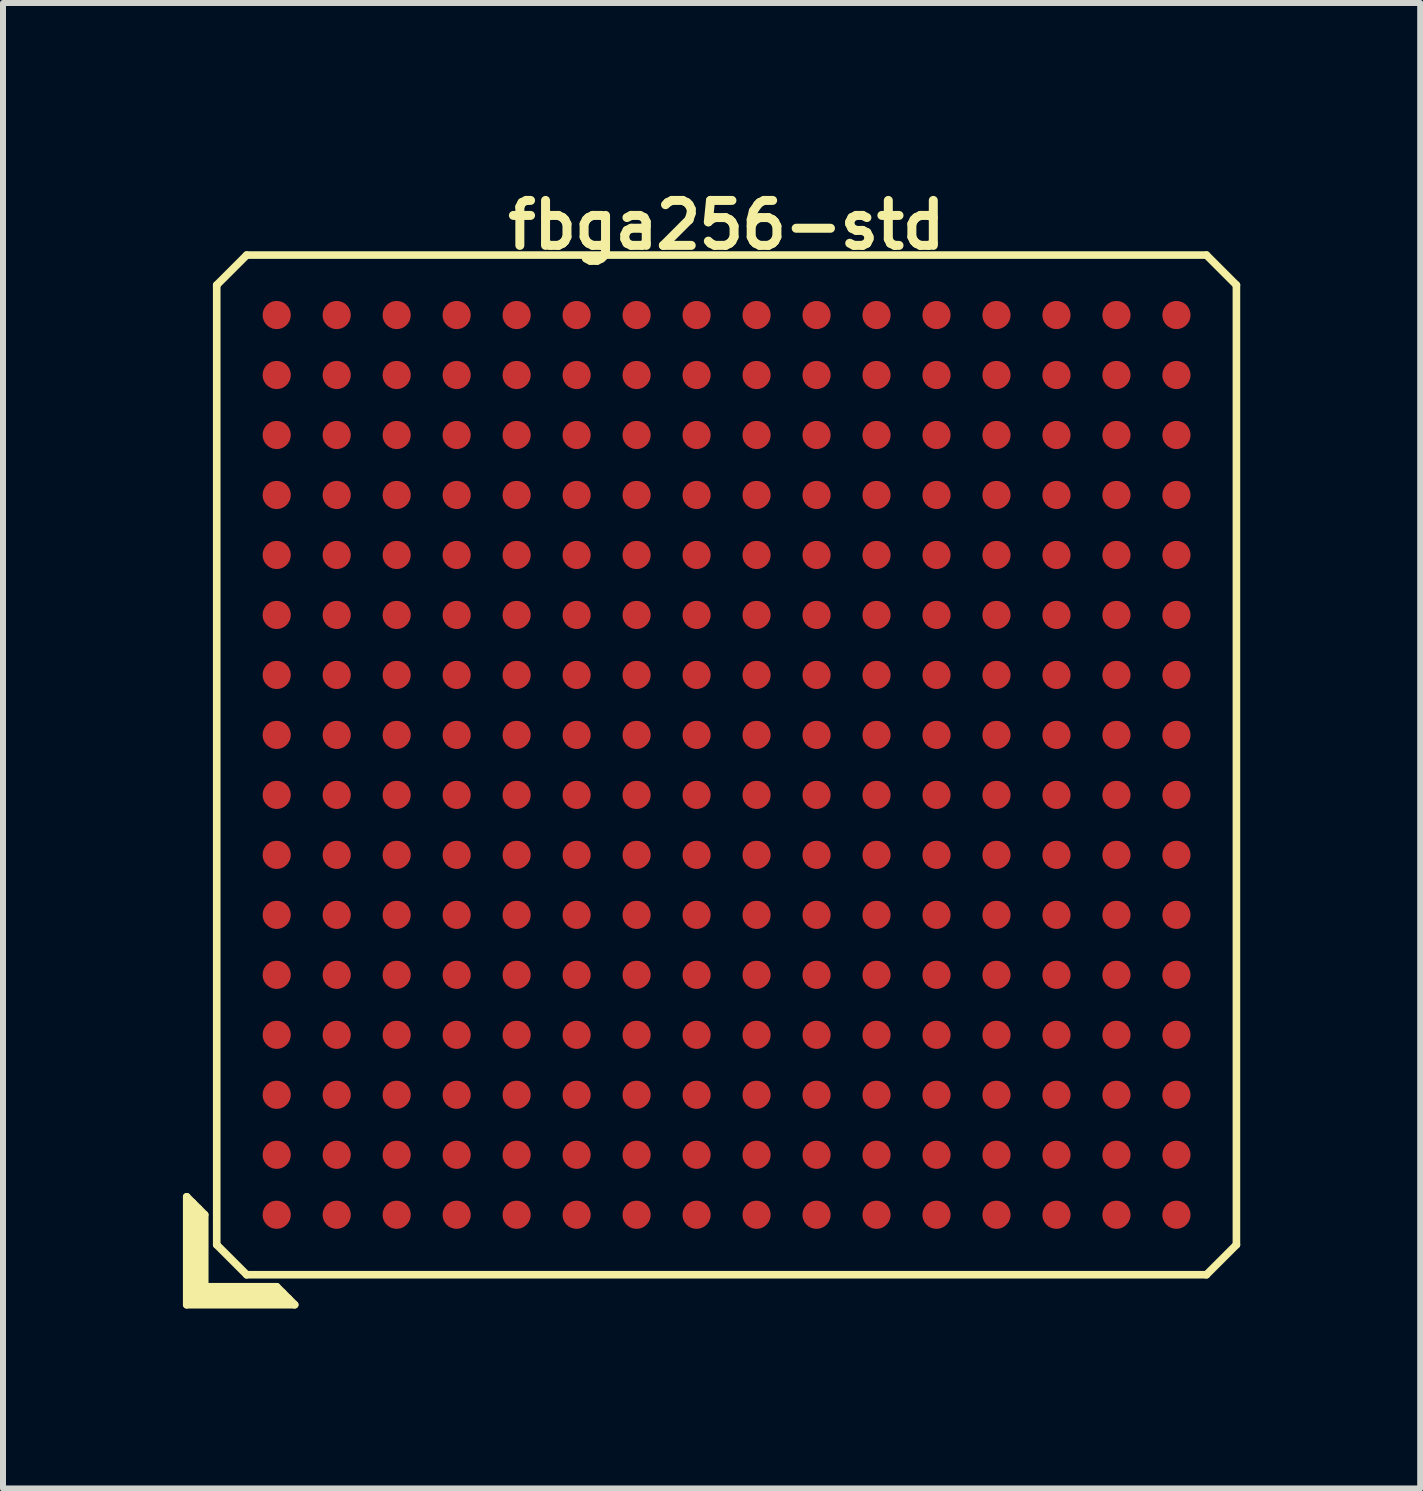
<source format=kicad_pcb>
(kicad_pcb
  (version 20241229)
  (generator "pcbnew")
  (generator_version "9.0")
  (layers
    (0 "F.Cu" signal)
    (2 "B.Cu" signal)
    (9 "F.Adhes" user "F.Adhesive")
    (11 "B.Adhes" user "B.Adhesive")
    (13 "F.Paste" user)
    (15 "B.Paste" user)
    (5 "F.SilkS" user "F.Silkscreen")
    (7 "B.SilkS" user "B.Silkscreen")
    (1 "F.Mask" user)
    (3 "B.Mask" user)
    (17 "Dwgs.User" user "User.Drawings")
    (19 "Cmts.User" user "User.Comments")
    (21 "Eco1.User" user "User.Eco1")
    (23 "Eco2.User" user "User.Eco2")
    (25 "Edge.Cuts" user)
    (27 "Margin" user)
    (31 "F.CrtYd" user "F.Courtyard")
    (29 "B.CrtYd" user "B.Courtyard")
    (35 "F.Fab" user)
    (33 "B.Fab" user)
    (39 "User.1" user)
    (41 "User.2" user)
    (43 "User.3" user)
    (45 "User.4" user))
  (footprint "fbga256-std"
    (layer "F.Cu")
    (at 9.063 9.702)
    (property "Reference" "fbga256-std" (at 0 -9 0) (layer "F.SilkS") (effects (font (size 0.75 0.75) (thickness 0.15))))
    (attr smd)
    (fp_line (start -9 7.2) (end -8.7 7.5) (stroke (width 0.127) (type solid)) (layer "F.SilkS"))
    (fp_line (start -9 9) (end -9 7.2) (stroke (width 0.127) (type solid)) (layer "F.SilkS"))
    (fp_line (start -8.9 8.9) (end -8.9 7.3) (stroke (width 0.127) (type solid)) (layer "F.SilkS"))
    (fp_line (start -8.8 7.4) (end -8.8 8.8) (stroke (width 0.127) (type solid)) (layer "F.SilkS"))
    (fp_line (start -8.8 8.8) (end -7.4 8.8) (stroke (width 0.127) (type solid)) (layer "F.SilkS"))
    (fp_line (start -8.7 7.5) (end -8.7 8.7) (stroke (width 0.127) (type solid)) (layer "F.SilkS"))
    (fp_line (start -8.7 8.7) (end -7.5 8.7) (stroke (width 0.127) (type solid)) (layer "F.SilkS"))
    (fp_line (start -8.5 -8) (end -8.5 8) (stroke (width 0.127) (type solid)) (layer "F.SilkS"))
    (fp_line (start -8.5 -8) (end -8 -8.5) (stroke (width 0.127) (type solid)) (layer "F.SilkS"))
    (fp_line (start -8 8.5) (end -8.5 8) (stroke (width 0.127) (type solid)) (layer "F.SilkS"))
    (fp_line (start -8 8.5) (end 8 8.5) (stroke (width 0.127) (type solid)) (layer "F.SilkS"))
    (fp_line (start -7.5 8.7) (end -7.2 9) (stroke (width 0.127) (type solid)) (layer "F.SilkS"))
    (fp_line (start -7.3 8.9) (end -8.9 8.9) (stroke (width 0.127) (type solid)) (layer "F.SilkS"))
    (fp_line (start -7.2 9) (end -9 9) (stroke (width 0.127) (type solid)) (layer "F.SilkS"))
    (fp_line (start 8 -8.5) (end -8 -8.5) (stroke (width 0.127) (type solid)) (layer "F.SilkS"))
    (fp_line (start 8 -8.5) (end 8.5 -8) (stroke (width 0.127) (type solid)) (layer "F.SilkS"))
    (fp_line (start 8.5 8) (end 8 8.5) (stroke (width 0.127) (type solid)) (layer "F.SilkS"))
    (fp_line (start 8.5 8) (end 8.5 -8) (stroke (width 0.127) (type solid)) (layer "F.SilkS"))
    (pad "A1" smd circle (at -7.5 7.5 90) (size 0.47 0.47) (layers "F.Cu" "F.Mask" "F.Paste"))
    (pad "A2" smd circle (at -7.5 6.5 90) (size 0.47 0.47) (layers "F.Cu" "F.Mask" "F.Paste"))
    (pad "A3" smd circle (at -7.5 5.5 90) (size 0.47 0.47) (layers "F.Cu" "F.Mask" "F.Paste"))
    (pad "A4" smd circle (at -7.5 4.5 90) (size 0.47 0.47) (layers "F.Cu" "F.Mask" "F.Paste"))
    (pad "A5" smd circle (at -7.5 3.5 90) (size 0.47 0.47) (layers "F.Cu" "F.Mask" "F.Paste"))
    (pad "A6" smd circle (at -7.5 2.5 90) (size 0.47 0.47) (layers "F.Cu" "F.Mask" "F.Paste"))
    (pad "A7" smd circle (at -7.5 1.5 90) (size 0.47 0.47) (layers "F.Cu" "F.Mask" "F.Paste"))
    (pad "A8" smd circle (at -7.5 0.5 90) (size 0.47 0.47) (layers "F.Cu" "F.Mask" "F.Paste"))
    (pad "A9" smd circle (at -7.5 -0.5 90) (size 0.47 0.47) (layers "F.Cu" "F.Mask" "F.Paste"))
    (pad "A10" smd circle (at -7.5 -1.5 90) (size 0.47 0.47) (layers "F.Cu" "F.Mask" "F.Paste"))
    (pad "A11" smd circle (at -7.5 -2.5 90) (size 0.47 0.47) (layers "F.Cu" "F.Mask" "F.Paste"))
    (pad "A12" smd circle (at -7.5 -3.5 90) (size 0.47 0.47) (layers "F.Cu" "F.Mask" "F.Paste"))
    (pad "A13" smd circle (at -7.5 -4.5 90) (size 0.47 0.47) (layers "F.Cu" "F.Mask" "F.Paste"))
    (pad "A14" smd circle (at -7.5 -5.5 90) (size 0.47 0.47) (layers "F.Cu" "F.Mask" "F.Paste"))
    (pad "A15" smd circle (at -7.5 -6.5 90) (size 0.47 0.47) (layers "F.Cu" "F.Mask" "F.Paste"))
    (pad "A16" smd circle (at -7.5 -7.5 90) (size 0.47 0.47) (layers "F.Cu" "F.Mask" "F.Paste"))
    (pad "B1" smd circle (at -6.5 7.5 90) (size 0.47 0.47) (layers "F.Cu" "F.Mask" "F.Paste"))
    (pad "B2" smd circle (at -6.5 6.5 90) (size 0.47 0.47) (layers "F.Cu" "F.Mask" "F.Paste"))
    (pad "B3" smd circle (at -6.5 5.5 90) (size 0.47 0.47) (layers "F.Cu" "F.Mask" "F.Paste"))
    (pad "B4" smd circle (at -6.5 4.5 90) (size 0.47 0.47) (layers "F.Cu" "F.Mask" "F.Paste"))
    (pad "B5" smd circle (at -6.5 3.5 90) (size 0.47 0.47) (layers "F.Cu" "F.Mask" "F.Paste"))
    (pad "B6" smd circle (at -6.5 2.5 90) (size 0.47 0.47) (layers "F.Cu" "F.Mask" "F.Paste"))
    (pad "B7" smd circle (at -6.5 1.5 90) (size 0.47 0.47) (layers "F.Cu" "F.Mask" "F.Paste"))
    (pad "B8" smd circle (at -6.5 0.5 90) (size 0.47 0.47) (layers "F.Cu" "F.Mask" "F.Paste"))
    (pad "B9" smd circle (at -6.5 -0.5 90) (size 0.47 0.47) (layers "F.Cu" "F.Mask" "F.Paste"))
    (pad "B10" smd circle (at -6.5 -1.5 90) (size 0.47 0.47) (layers "F.Cu" "F.Mask" "F.Paste"))
    (pad "B11" smd circle (at -6.5 -2.5 90) (size 0.47 0.47) (layers "F.Cu" "F.Mask" "F.Paste"))
    (pad "B12" smd circle (at -6.5 -3.5 90) (size 0.47 0.47) (layers "F.Cu" "F.Mask" "F.Paste"))
    (pad "B13" smd circle (at -6.5 -4.5 90) (size 0.47 0.47) (layers "F.Cu" "F.Mask" "F.Paste"))
    (pad "B14" smd circle (at -6.5 -5.5 90) (size 0.47 0.47) (layers "F.Cu" "F.Mask" "F.Paste"))
    (pad "B15" smd circle (at -6.5 -6.5 90) (size 0.47 0.47) (layers "F.Cu" "F.Mask" "F.Paste"))
    (pad "B16" smd circle (at -6.5 -7.5 90) (size 0.47 0.47) (layers "F.Cu" "F.Mask" "F.Paste"))
    (pad "C1" smd circle (at -5.5 7.5 90) (size 0.47 0.47) (layers "F.Cu" "F.Mask" "F.Paste"))
    (pad "C2" smd circle (at -5.5 6.5 90) (size 0.47 0.47) (layers "F.Cu" "F.Mask" "F.Paste"))
    (pad "C3" smd circle (at -5.5 5.5 90) (size 0.47 0.47) (layers "F.Cu" "F.Mask" "F.Paste"))
    (pad "C4" smd circle (at -5.5 4.5 90) (size 0.47 0.47) (layers "F.Cu" "F.Mask" "F.Paste"))
    (pad "C5" smd circle (at -5.5 3.5 90) (size 0.47 0.47) (layers "F.Cu" "F.Mask" "F.Paste"))
    (pad "C6" smd circle (at -5.5 2.5 90) (size 0.47 0.47) (layers "F.Cu" "F.Mask" "F.Paste"))
    (pad "C7" smd circle (at -5.5 1.5 90) (size 0.47 0.47) (layers "F.Cu" "F.Mask" "F.Paste"))
    (pad "C8" smd circle (at -5.5 0.5 90) (size 0.47 0.47) (layers "F.Cu" "F.Mask" "F.Paste"))
    (pad "C9" smd circle (at -5.5 -0.5 90) (size 0.47 0.47) (layers "F.Cu" "F.Mask" "F.Paste"))
    (pad "C10" smd circle (at -5.5 -1.5 90) (size 0.47 0.47) (layers "F.Cu" "F.Mask" "F.Paste"))
    (pad "C11" smd circle (at -5.5 -2.5 90) (size 0.47 0.47) (layers "F.Cu" "F.Mask" "F.Paste"))
    (pad "C12" smd circle (at -5.5 -3.5 90) (size 0.47 0.47) (layers "F.Cu" "F.Mask" "F.Paste"))
    (pad "C13" smd circle (at -5.5 -4.5 90) (size 0.47 0.47) (layers "F.Cu" "F.Mask" "F.Paste"))
    (pad "C14" smd circle (at -5.5 -5.5 90) (size 0.47 0.47) (layers "F.Cu" "F.Mask" "F.Paste"))
    (pad "C15" smd circle (at -5.5 -6.5 90) (size 0.47 0.47) (layers "F.Cu" "F.Mask" "F.Paste"))
    (pad "C16" smd circle (at -5.5 -7.5 90) (size 0.47 0.47) (layers "F.Cu" "F.Mask" "F.Paste"))
    (pad "D1" smd circle (at -4.5 7.5 90) (size 0.47 0.47) (layers "F.Cu" "F.Mask" "F.Paste"))
    (pad "D2" smd circle (at -4.5 6.5 90) (size 0.47 0.47) (layers "F.Cu" "F.Mask" "F.Paste"))
    (pad "D3" smd circle (at -4.5 5.5 90) (size 0.47 0.47) (layers "F.Cu" "F.Mask" "F.Paste"))
    (pad "D4" smd circle (at -4.5 4.5 90) (size 0.47 0.47) (layers "F.Cu" "F.Mask" "F.Paste"))
    (pad "D5" smd circle (at -4.5 3.5 90) (size 0.47 0.47) (layers "F.Cu" "F.Mask" "F.Paste"))
    (pad "D6" smd circle (at -4.5 2.5 90) (size 0.47 0.47) (layers "F.Cu" "F.Mask" "F.Paste"))
    (pad "D7" smd circle (at -4.5 1.5 90) (size 0.47 0.47) (layers "F.Cu" "F.Mask" "F.Paste"))
    (pad "D8" smd circle (at -4.5 0.5 90) (size 0.47 0.47) (layers "F.Cu" "F.Mask" "F.Paste"))
    (pad "D9" smd circle (at -4.5 -0.5 90) (size 0.47 0.47) (layers "F.Cu" "F.Mask" "F.Paste"))
    (pad "D10" smd circle (at -4.5 -1.5 90) (size 0.47 0.47) (layers "F.Cu" "F.Mask" "F.Paste"))
    (pad "D11" smd circle (at -4.5 -2.5 90) (size 0.47 0.47) (layers "F.Cu" "F.Mask" "F.Paste"))
    (pad "D12" smd circle (at -4.5 -3.5 90) (size 0.47 0.47) (layers "F.Cu" "F.Mask" "F.Paste"))
    (pad "D13" smd circle (at -4.5 -4.5 90) (size 0.47 0.47) (layers "F.Cu" "F.Mask" "F.Paste"))
    (pad "D14" smd circle (at -4.5 -5.5 90) (size 0.47 0.47) (layers "F.Cu" "F.Mask" "F.Paste"))
    (pad "D15" smd circle (at -4.5 -6.5 90) (size 0.47 0.47) (layers "F.Cu" "F.Mask" "F.Paste"))
    (pad "D16" smd circle (at -4.5 -7.5 90) (size 0.47 0.47) (layers "F.Cu" "F.Mask" "F.Paste"))
    (pad "E1" smd circle (at -3.5 7.5 90) (size 0.47 0.47) (layers "F.Cu" "F.Mask" "F.Paste"))
    (pad "E2" smd circle (at -3.5 6.5 90) (size 0.47 0.47) (layers "F.Cu" "F.Mask" "F.Paste"))
    (pad "E3" smd circle (at -3.5 5.5 90) (size 0.47 0.47) (layers "F.Cu" "F.Mask" "F.Paste"))
    (pad "E4" smd circle (at -3.5 4.5 90) (size 0.47 0.47) (layers "F.Cu" "F.Mask" "F.Paste"))
    (pad "E5" smd circle (at -3.5 3.5 90) (size 0.47 0.47) (layers "F.Cu" "F.Mask" "F.Paste"))
    (pad "E6" smd circle (at -3.5 2.5 90) (size 0.47 0.47) (layers "F.Cu" "F.Mask" "F.Paste"))
    (pad "E7" smd circle (at -3.5 1.5 90) (size 0.47 0.47) (layers "F.Cu" "F.Mask" "F.Paste"))
    (pad "E8" smd circle (at -3.5 0.5 90) (size 0.47 0.47) (layers "F.Cu" "F.Mask" "F.Paste"))
    (pad "E9" smd circle (at -3.5 -0.5 90) (size 0.47 0.47) (layers "F.Cu" "F.Mask" "F.Paste"))
    (pad "E10" smd circle (at -3.5 -1.5 90) (size 0.47 0.47) (layers "F.Cu" "F.Mask" "F.Paste"))
    (pad "E11" smd circle (at -3.5 -2.5 90) (size 0.47 0.47) (layers "F.Cu" "F.Mask" "F.Paste"))
    (pad "E12" smd circle (at -3.5 -3.5 90) (size 0.47 0.47) (layers "F.Cu" "F.Mask" "F.Paste"))
    (pad "E13" smd circle (at -3.5 -4.5 90) (size 0.47 0.47) (layers "F.Cu" "F.Mask" "F.Paste"))
    (pad "E14" smd circle (at -3.5 -5.5 90) (size 0.47 0.47) (layers "F.Cu" "F.Mask" "F.Paste"))
    (pad "E15" smd circle (at -3.5 -6.5 90) (size 0.47 0.47) (layers "F.Cu" "F.Mask" "F.Paste"))
    (pad "E16" smd circle (at -3.5 -7.5 90) (size 0.47 0.47) (layers "F.Cu" "F.Mask" "F.Paste"))
    (pad "F1" smd circle (at -2.5 7.5 90) (size 0.47 0.47) (layers "F.Cu" "F.Mask" "F.Paste"))
    (pad "F2" smd circle (at -2.5 6.5 90) (size 0.47 0.47) (layers "F.Cu" "F.Mask" "F.Paste"))
    (pad "F3" smd circle (at -2.5 5.5 90) (size 0.47 0.47) (layers "F.Cu" "F.Mask" "F.Paste"))
    (pad "F4" smd circle (at -2.5 4.5 90) (size 0.47 0.47) (layers "F.Cu" "F.Mask" "F.Paste"))
    (pad "F5" smd circle (at -2.5 3.5 90) (size 0.47 0.47) (layers "F.Cu" "F.Mask" "F.Paste"))
    (pad "F6" smd circle (at -2.5 2.5 90) (size 0.47 0.47) (layers "F.Cu" "F.Mask" "F.Paste"))
    (pad "F7" smd circle (at -2.5 1.5 90) (size 0.47 0.47) (layers "F.Cu" "F.Mask" "F.Paste"))
    (pad "F8" smd circle (at -2.5 0.5 90) (size 0.47 0.47) (layers "F.Cu" "F.Mask" "F.Paste"))
    (pad "F9" smd circle (at -2.5 -0.5 90) (size 0.47 0.47) (layers "F.Cu" "F.Mask" "F.Paste"))
    (pad "F10" smd circle (at -2.5 -1.5 90) (size 0.47 0.47) (layers "F.Cu" "F.Mask" "F.Paste"))
    (pad "F11" smd circle (at -2.5 -2.5 90) (size 0.47 0.47) (layers "F.Cu" "F.Mask" "F.Paste"))
    (pad "F12" smd circle (at -2.5 -3.5 90) (size 0.47 0.47) (layers "F.Cu" "F.Mask" "F.Paste"))
    (pad "F13" smd circle (at -2.5 -4.5 90) (size 0.47 0.47) (layers "F.Cu" "F.Mask" "F.Paste"))
    (pad "F14" smd circle (at -2.5 -5.5 90) (size 0.47 0.47) (layers "F.Cu" "F.Mask" "F.Paste"))
    (pad "F15" smd circle (at -2.5 -6.5 90) (size 0.47 0.47) (layers "F.Cu" "F.Mask" "F.Paste"))
    (pad "F16" smd circle (at -2.5 -7.5 90) (size 0.47 0.47) (layers "F.Cu" "F.Mask" "F.Paste"))
    (pad "G1" smd circle (at -1.5 7.5 90) (size 0.47 0.47) (layers "F.Cu" "F.Mask" "F.Paste"))
    (pad "G2" smd circle (at -1.5 6.5 90) (size 0.47 0.47) (layers "F.Cu" "F.Mask" "F.Paste"))
    (pad "G3" smd circle (at -1.5 5.5 90) (size 0.47 0.47) (layers "F.Cu" "F.Mask" "F.Paste"))
    (pad "G4" smd circle (at -1.5 4.5 90) (size 0.47 0.47) (layers "F.Cu" "F.Mask" "F.Paste"))
    (pad "G5" smd circle (at -1.5 3.5 90) (size 0.47 0.47) (layers "F.Cu" "F.Mask" "F.Paste"))
    (pad "G6" smd circle (at -1.5 2.5 90) (size 0.47 0.47) (layers "F.Cu" "F.Mask" "F.Paste"))
    (pad "G7" smd circle (at -1.5 1.5 90) (size 0.47 0.47) (layers "F.Cu" "F.Mask" "F.Paste"))
    (pad "G8" smd circle (at -1.5 0.5 90) (size 0.47 0.47) (layers "F.Cu" "F.Mask" "F.Paste"))
    (pad "G9" smd circle (at -1.5 -0.5 90) (size 0.47 0.47) (layers "F.Cu" "F.Mask" "F.Paste"))
    (pad "G10" smd circle (at -1.5 -1.5 90) (size 0.47 0.47) (layers "F.Cu" "F.Mask" "F.Paste"))
    (pad "G11" smd circle (at -1.5 -2.5 90) (size 0.47 0.47) (layers "F.Cu" "F.Mask" "F.Paste"))
    (pad "G12" smd circle (at -1.5 -3.5 90) (size 0.47 0.47) (layers "F.Cu" "F.Mask" "F.Paste"))
    (pad "G13" smd circle (at -1.5 -4.5 90) (size 0.47 0.47) (layers "F.Cu" "F.Mask" "F.Paste"))
    (pad "G14" smd circle (at -1.5 -5.5 90) (size 0.47 0.47) (layers "F.Cu" "F.Mask" "F.Paste"))
    (pad "G15" smd circle (at -1.5 -6.5 90) (size 0.47 0.47) (layers "F.Cu" "F.Mask" "F.Paste"))
    (pad "G16" smd circle (at -1.5 -7.5 90) (size 0.47 0.47) (layers "F.Cu" "F.Mask" "F.Paste"))
    (pad "H1" smd circle (at -0.5 7.5 90) (size 0.47 0.47) (layers "F.Cu" "F.Mask" "F.Paste"))
    (pad "H2" smd circle (at -0.5 6.5 90) (size 0.47 0.47) (layers "F.Cu" "F.Mask" "F.Paste"))
    (pad "H3" smd circle (at -0.5 5.5 90) (size 0.47 0.47) (layers "F.Cu" "F.Mask" "F.Paste"))
    (pad "H4" smd circle (at -0.5 4.5 90) (size 0.47 0.47) (layers "F.Cu" "F.Mask" "F.Paste"))
    (pad "H5" smd circle (at -0.5 3.5 90) (size 0.47 0.47) (layers "F.Cu" "F.Mask" "F.Paste"))
    (pad "H6" smd circle (at -0.5 2.5 90) (size 0.47 0.47) (layers "F.Cu" "F.Mask" "F.Paste"))
    (pad "H7" smd circle (at -0.5 1.5 90) (size 0.47 0.47) (layers "F.Cu" "F.Mask" "F.Paste"))
    (pad "H8" smd circle (at -0.5 0.5 90) (size 0.47 0.47) (layers "F.Cu" "F.Mask" "F.Paste"))
    (pad "H9" smd circle (at -0.5 -0.5 90) (size 0.47 0.47) (layers "F.Cu" "F.Mask" "F.Paste"))
    (pad "H10" smd circle (at -0.5 -1.5 90) (size 0.47 0.47) (layers "F.Cu" "F.Mask" "F.Paste"))
    (pad "H11" smd circle (at -0.5 -2.5 90) (size 0.47 0.47) (layers "F.Cu" "F.Mask" "F.Paste"))
    (pad "H12" smd circle (at -0.5 -3.5 90) (size 0.47 0.47) (layers "F.Cu" "F.Mask" "F.Paste"))
    (pad "H13" smd circle (at -0.5 -4.5 90) (size 0.47 0.47) (layers "F.Cu" "F.Mask" "F.Paste"))
    (pad "H14" smd circle (at -0.5 -5.5 90) (size 0.47 0.47) (layers "F.Cu" "F.Mask" "F.Paste"))
    (pad "H15" smd circle (at -0.5 -6.5 90) (size 0.47 0.47) (layers "F.Cu" "F.Mask" "F.Paste"))
    (pad "H16" smd circle (at -0.5 -7.5 90) (size 0.47 0.47) (layers "F.Cu" "F.Mask" "F.Paste"))
    (pad "J1" smd circle (at 0.5 7.5 90) (size 0.47 0.47) (layers "F.Cu" "F.Mask" "F.Paste"))
    (pad "J2" smd circle (at 0.5 6.5 90) (size 0.47 0.47) (layers "F.Cu" "F.Mask" "F.Paste"))
    (pad "J3" smd circle (at 0.5 5.5 90) (size 0.47 0.47) (layers "F.Cu" "F.Mask" "F.Paste"))
    (pad "J4" smd circle (at 0.5 4.5 90) (size 0.47 0.47) (layers "F.Cu" "F.Mask" "F.Paste"))
    (pad "J5" smd circle (at 0.5 3.5 90) (size 0.47 0.47) (layers "F.Cu" "F.Mask" "F.Paste"))
    (pad "J6" smd circle (at 0.5 2.5 90) (size 0.47 0.47) (layers "F.Cu" "F.Mask" "F.Paste"))
    (pad "J7" smd circle (at 0.5 1.5 90) (size 0.47 0.47) (layers "F.Cu" "F.Mask" "F.Paste"))
    (pad "J8" smd circle (at 0.5 0.5 90) (size 0.47 0.47) (layers "F.Cu" "F.Mask" "F.Paste"))
    (pad "J9" smd circle (at 0.5 -0.5 90) (size 0.47 0.47) (layers "F.Cu" "F.Mask" "F.Paste"))
    (pad "J10" smd circle (at 0.5 -1.5 90) (size 0.47 0.47) (layers "F.Cu" "F.Mask" "F.Paste"))
    (pad "J11" smd circle (at 0.5 -2.5 90) (size 0.47 0.47) (layers "F.Cu" "F.Mask" "F.Paste"))
    (pad "J12" smd circle (at 0.5 -3.5 90) (size 0.47 0.47) (layers "F.Cu" "F.Mask" "F.Paste"))
    (pad "J13" smd circle (at 0.5 -4.5 90) (size 0.47 0.47) (layers "F.Cu" "F.Mask" "F.Paste"))
    (pad "J14" smd circle (at 0.5 -5.5 90) (size 0.47 0.47) (layers "F.Cu" "F.Mask" "F.Paste"))
    (pad "J15" smd circle (at 0.5 -6.5 90) (size 0.47 0.47) (layers "F.Cu" "F.Mask" "F.Paste"))
    (pad "J16" smd circle (at 0.5 -7.5 90) (size 0.47 0.47) (layers "F.Cu" "F.Mask" "F.Paste"))
    (pad "K1" smd circle (at 1.5 7.5 90) (size 0.47 0.47) (layers "F.Cu" "F.Mask" "F.Paste"))
    (pad "K2" smd circle (at 1.5 6.5 90) (size 0.47 0.47) (layers "F.Cu" "F.Mask" "F.Paste"))
    (pad "K3" smd circle (at 1.5 5.5 90) (size 0.47 0.47) (layers "F.Cu" "F.Mask" "F.Paste"))
    (pad "K4" smd circle (at 1.5 4.5 90) (size 0.47 0.47) (layers "F.Cu" "F.Mask" "F.Paste"))
    (pad "K5" smd circle (at 1.5 3.5 90) (size 0.47 0.47) (layers "F.Cu" "F.Mask" "F.Paste"))
    (pad "K6" smd circle (at 1.5 2.5 90) (size 0.47 0.47) (layers "F.Cu" "F.Mask" "F.Paste"))
    (pad "K7" smd circle (at 1.5 1.5 90) (size 0.47 0.47) (layers "F.Cu" "F.Mask" "F.Paste"))
    (pad "K8" smd circle (at 1.5 0.5 90) (size 0.47 0.47) (layers "F.Cu" "F.Mask" "F.Paste"))
    (pad "K9" smd circle (at 1.5 -0.5 90) (size 0.47 0.47) (layers "F.Cu" "F.Mask" "F.Paste"))
    (pad "K10" smd circle (at 1.5 -1.5 90) (size 0.47 0.47) (layers "F.Cu" "F.Mask" "F.Paste"))
    (pad "K11" smd circle (at 1.5 -2.5 90) (size 0.47 0.47) (layers "F.Cu" "F.Mask" "F.Paste"))
    (pad "K12" smd circle (at 1.5 -3.5 90) (size 0.47 0.47) (layers "F.Cu" "F.Mask" "F.Paste"))
    (pad "K13" smd circle (at 1.5 -4.5 90) (size 0.47 0.47) (layers "F.Cu" "F.Mask" "F.Paste"))
    (pad "K14" smd circle (at 1.5 -5.5 90) (size 0.47 0.47) (layers "F.Cu" "F.Mask" "F.Paste"))
    (pad "K15" smd circle (at 1.5 -6.5 90) (size 0.47 0.47) (layers "F.Cu" "F.Mask" "F.Paste"))
    (pad "K16" smd circle (at 1.5 -7.5 90) (size 0.47 0.47) (layers "F.Cu" "F.Mask" "F.Paste"))
    (pad "L1" smd circle (at 2.5 7.5 90) (size 0.47 0.47) (layers "F.Cu" "F.Mask" "F.Paste"))
    (pad "L2" smd circle (at 2.5 6.5 90) (size 0.47 0.47) (layers "F.Cu" "F.Mask" "F.Paste"))
    (pad "L3" smd circle (at 2.5 5.5 90) (size 0.47 0.47) (layers "F.Cu" "F.Mask" "F.Paste"))
    (pad "L4" smd circle (at 2.5 4.5 90) (size 0.47 0.47) (layers "F.Cu" "F.Mask" "F.Paste"))
    (pad "L5" smd circle (at 2.5 3.5 90) (size 0.47 0.47) (layers "F.Cu" "F.Mask" "F.Paste"))
    (pad "L6" smd circle (at 2.5 2.5 90) (size 0.47 0.47) (layers "F.Cu" "F.Mask" "F.Paste"))
    (pad "L7" smd circle (at 2.5 1.5 90) (size 0.47 0.47) (layers "F.Cu" "F.Mask" "F.Paste"))
    (pad "L8" smd circle (at 2.5 0.5 90) (size 0.47 0.47) (layers "F.Cu" "F.Mask" "F.Paste"))
    (pad "L9" smd circle (at 2.5 -0.5 90) (size 0.47 0.47) (layers "F.Cu" "F.Mask" "F.Paste"))
    (pad "L10" smd circle (at 2.5 -1.5 90) (size 0.47 0.47) (layers "F.Cu" "F.Mask" "F.Paste"))
    (pad "L11" smd circle (at 2.5 -2.5 90) (size 0.47 0.47) (layers "F.Cu" "F.Mask" "F.Paste"))
    (pad "L12" smd circle (at 2.5 -3.5 90) (size 0.47 0.47) (layers "F.Cu" "F.Mask" "F.Paste"))
    (pad "L13" smd circle (at 2.5 -4.5 90) (size 0.47 0.47) (layers "F.Cu" "F.Mask" "F.Paste"))
    (pad "L14" smd circle (at 2.5 -5.5 90) (size 0.47 0.47) (layers "F.Cu" "F.Mask" "F.Paste"))
    (pad "L15" smd circle (at 2.5 -6.5 90) (size 0.47 0.47) (layers "F.Cu" "F.Mask" "F.Paste"))
    (pad "L16" smd circle (at 2.5 -7.5 90) (size 0.47 0.47) (layers "F.Cu" "F.Mask" "F.Paste"))
    (pad "M1" smd circle (at 3.5 7.5 90) (size 0.47 0.47) (layers "F.Cu" "F.Mask" "F.Paste"))
    (pad "M2" smd circle (at 3.5 6.5 90) (size 0.47 0.47) (layers "F.Cu" "F.Mask" "F.Paste"))
    (pad "M3" smd circle (at 3.5 5.5 90) (size 0.47 0.47) (layers "F.Cu" "F.Mask" "F.Paste"))
    (pad "M4" smd circle (at 3.5 4.5 90) (size 0.47 0.47) (layers "F.Cu" "F.Mask" "F.Paste"))
    (pad "M5" smd circle (at 3.5 3.5 90) (size 0.47 0.47) (layers "F.Cu" "F.Mask" "F.Paste"))
    (pad "M6" smd circle (at 3.5 2.5 90) (size 0.47 0.47) (layers "F.Cu" "F.Mask" "F.Paste"))
    (pad "M7" smd circle (at 3.5 1.5 90) (size 0.47 0.47) (layers "F.Cu" "F.Mask" "F.Paste"))
    (pad "M8" smd circle (at 3.5 0.5 90) (size 0.47 0.47) (layers "F.Cu" "F.Mask" "F.Paste"))
    (pad "M9" smd circle (at 3.5 -0.5 90) (size 0.47 0.47) (layers "F.Cu" "F.Mask" "F.Paste"))
    (pad "M10" smd circle (at 3.5 -1.5 90) (size 0.47 0.47) (layers "F.Cu" "F.Mask" "F.Paste"))
    (pad "M11" smd circle (at 3.5 -2.5 90) (size 0.47 0.47) (layers "F.Cu" "F.Mask" "F.Paste"))
    (pad "M12" smd circle (at 3.5 -3.5 90) (size 0.47 0.47) (layers "F.Cu" "F.Mask" "F.Paste"))
    (pad "M13" smd circle (at 3.5 -4.5 90) (size 0.47 0.47) (layers "F.Cu" "F.Mask" "F.Paste"))
    (pad "M14" smd circle (at 3.5 -5.5 90) (size 0.47 0.47) (layers "F.Cu" "F.Mask" "F.Paste"))
    (pad "M15" smd circle (at 3.5 -6.5 90) (size 0.47 0.47) (layers "F.Cu" "F.Mask" "F.Paste"))
    (pad "M16" smd circle (at 3.5 -7.5 90) (size 0.47 0.47) (layers "F.Cu" "F.Mask" "F.Paste"))
    (pad "N1" smd circle (at 4.5 7.5 90) (size 0.47 0.47) (layers "F.Cu" "F.Mask" "F.Paste"))
    (pad "N2" smd circle (at 4.5 6.5 90) (size 0.47 0.47) (layers "F.Cu" "F.Mask" "F.Paste"))
    (pad "N3" smd circle (at 4.5 5.5 90) (size 0.47 0.47) (layers "F.Cu" "F.Mask" "F.Paste"))
    (pad "N4" smd circle (at 4.5 4.5 90) (size 0.47 0.47) (layers "F.Cu" "F.Mask" "F.Paste"))
    (pad "N5" smd circle (at 4.5 3.5 90) (size 0.47 0.47) (layers "F.Cu" "F.Mask" "F.Paste"))
    (pad "N6" smd circle (at 4.5 2.5 90) (size 0.47 0.47) (layers "F.Cu" "F.Mask" "F.Paste"))
    (pad "N7" smd circle (at 4.5 1.5 90) (size 0.47 0.47) (layers "F.Cu" "F.Mask" "F.Paste"))
    (pad "N8" smd circle (at 4.5 0.5 90) (size 0.47 0.47) (layers "F.Cu" "F.Mask" "F.Paste"))
    (pad "N9" smd circle (at 4.5 -0.5 90) (size 0.47 0.47) (layers "F.Cu" "F.Mask" "F.Paste"))
    (pad "N10" smd circle (at 4.5 -1.5 90) (size 0.47 0.47) (layers "F.Cu" "F.Mask" "F.Paste"))
    (pad "N11" smd circle (at 4.5 -2.5 90) (size 0.47 0.47) (layers "F.Cu" "F.Mask" "F.Paste"))
    (pad "N12" smd circle (at 4.5 -3.5 90) (size 0.47 0.47) (layers "F.Cu" "F.Mask" "F.Paste"))
    (pad "N13" smd circle (at 4.5 -4.5 90) (size 0.47 0.47) (layers "F.Cu" "F.Mask" "F.Paste"))
    (pad "N14" smd circle (at 4.5 -5.5 90) (size 0.47 0.47) (layers "F.Cu" "F.Mask" "F.Paste"))
    (pad "N15" smd circle (at 4.5 -6.5 90) (size 0.47 0.47) (layers "F.Cu" "F.Mask" "F.Paste"))
    (pad "N16" smd circle (at 4.5 -7.5 90) (size 0.47 0.47) (layers "F.Cu" "F.Mask" "F.Paste"))
    (pad "P1" smd circle (at 5.5 7.5 90) (size 0.47 0.47) (layers "F.Cu" "F.Mask" "F.Paste"))
    (pad "P2" smd circle (at 5.5 6.5 90) (size 0.47 0.47) (layers "F.Cu" "F.Mask" "F.Paste"))
    (pad "P3" smd circle (at 5.5 5.5 90) (size 0.47 0.47) (layers "F.Cu" "F.Mask" "F.Paste"))
    (pad "P4" smd circle (at 5.5 4.5 90) (size 0.47 0.47) (layers "F.Cu" "F.Mask" "F.Paste"))
    (pad "P5" smd circle (at 5.5 3.5 90) (size 0.47 0.47) (layers "F.Cu" "F.Mask" "F.Paste"))
    (pad "P6" smd circle (at 5.5 2.5 90) (size 0.47 0.47) (layers "F.Cu" "F.Mask" "F.Paste"))
    (pad "P7" smd circle (at 5.5 1.5 90) (size 0.47 0.47) (layers "F.Cu" "F.Mask" "F.Paste"))
    (pad "P8" smd circle (at 5.5 0.5 90) (size 0.47 0.47) (layers "F.Cu" "F.Mask" "F.Paste"))
    (pad "P9" smd circle (at 5.5 -0.5 90) (size 0.47 0.47) (layers "F.Cu" "F.Mask" "F.Paste"))
    (pad "P10" smd circle (at 5.5 -1.5 90) (size 0.47 0.47) (layers "F.Cu" "F.Mask" "F.Paste"))
    (pad "P11" smd circle (at 5.5 -2.5 90) (size 0.47 0.47) (layers "F.Cu" "F.Mask" "F.Paste"))
    (pad "P12" smd circle (at 5.5 -3.5 90) (size 0.47 0.47) (layers "F.Cu" "F.Mask" "F.Paste"))
    (pad "P13" smd circle (at 5.5 -4.5 90) (size 0.47 0.47) (layers "F.Cu" "F.Mask" "F.Paste"))
    (pad "P14" smd circle (at 5.5 -5.5 90) (size 0.47 0.47) (layers "F.Cu" "F.Mask" "F.Paste"))
    (pad "P15" smd circle (at 5.5 -6.5 90) (size 0.47 0.47) (layers "F.Cu" "F.Mask" "F.Paste"))
    (pad "P16" smd circle (at 5.5 -7.5 90) (size 0.47 0.47) (layers "F.Cu" "F.Mask" "F.Paste"))
    (pad "R1" smd circle (at 6.5 7.5 90) (size 0.47 0.47) (layers "F.Cu" "F.Mask" "F.Paste"))
    (pad "R2" smd circle (at 6.5 6.5 90) (size 0.47 0.47) (layers "F.Cu" "F.Mask" "F.Paste"))
    (pad "R3" smd circle (at 6.5 5.5 90) (size 0.47 0.47) (layers "F.Cu" "F.Mask" "F.Paste"))
    (pad "R4" smd circle (at 6.5 4.5 90) (size 0.47 0.47) (layers "F.Cu" "F.Mask" "F.Paste"))
    (pad "R5" smd circle (at 6.5 3.5 90) (size 0.47 0.47) (layers "F.Cu" "F.Mask" "F.Paste"))
    (pad "R6" smd circle (at 6.5 2.5 90) (size 0.47 0.47) (layers "F.Cu" "F.Mask" "F.Paste"))
    (pad "R7" smd circle (at 6.5 1.5 90) (size 0.47 0.47) (layers "F.Cu" "F.Mask" "F.Paste"))
    (pad "R8" smd circle (at 6.5 0.5 90) (size 0.47 0.47) (layers "F.Cu" "F.Mask" "F.Paste"))
    (pad "R9" smd circle (at 6.5 -0.5 90) (size 0.47 0.47) (layers "F.Cu" "F.Mask" "F.Paste"))
    (pad "R10" smd circle (at 6.5 -1.5 90) (size 0.47 0.47) (layers "F.Cu" "F.Mask" "F.Paste"))
    (pad "R11" smd circle (at 6.5 -2.5 90) (size 0.47 0.47) (layers "F.Cu" "F.Mask" "F.Paste"))
    (pad "R12" smd circle (at 6.5 -3.5 90) (size 0.47 0.47) (layers "F.Cu" "F.Mask" "F.Paste"))
    (pad "R13" smd circle (at 6.5 -4.5 90) (size 0.47 0.47) (layers "F.Cu" "F.Mask" "F.Paste"))
    (pad "R14" smd circle (at 6.5 -5.5 90) (size 0.47 0.47) (layers "F.Cu" "F.Mask" "F.Paste"))
    (pad "R15" smd circle (at 6.5 -6.5 90) (size 0.47 0.47) (layers "F.Cu" "F.Mask" "F.Paste"))
    (pad "R16" smd circle (at 6.5 -7.5 90) (size 0.47 0.47) (layers "F.Cu" "F.Mask" "F.Paste"))
    (pad "T1" smd circle (at 7.5 7.5 90) (size 0.47 0.47) (layers "F.Cu" "F.Mask" "F.Paste"))
    (pad "T2" smd circle (at 7.5 6.5 90) (size 0.47 0.47) (layers "F.Cu" "F.Mask" "F.Paste"))
    (pad "T3" smd circle (at 7.5 5.5 90) (size 0.47 0.47) (layers "F.Cu" "F.Mask" "F.Paste"))
    (pad "T4" smd circle (at 7.5 4.5 90) (size 0.47 0.47) (layers "F.Cu" "F.Mask" "F.Paste"))
    (pad "T5" smd circle (at 7.5 3.5 90) (size 0.47 0.47) (layers "F.Cu" "F.Mask" "F.Paste"))
    (pad "T6" smd circle (at 7.5 2.5 90) (size 0.47 0.47) (layers "F.Cu" "F.Mask" "F.Paste"))
    (pad "T7" smd circle (at 7.5 1.5 90) (size 0.47 0.47) (layers "F.Cu" "F.Mask" "F.Paste"))
    (pad "T8" smd circle (at 7.5 0.5 90) (size 0.47 0.47) (layers "F.Cu" "F.Mask" "F.Paste"))
    (pad "T9" smd circle (at 7.5 -0.5 90) (size 0.47 0.47) (layers "F.Cu" "F.Mask" "F.Paste"))
    (pad "T10" smd circle (at 7.5 -1.5 90) (size 0.47 0.47) (layers "F.Cu" "F.Mask" "F.Paste"))
    (pad "T11" smd circle (at 7.5 -2.5 90) (size 0.47 0.47) (layers "F.Cu" "F.Mask" "F.Paste"))
    (pad "T12" smd circle (at 7.5 -3.5 90) (size 0.47 0.47) (layers "F.Cu" "F.Mask" "F.Paste"))
    (pad "T13" smd circle (at 7.5 -4.5 90) (size 0.47 0.47) (layers "F.Cu" "F.Mask" "F.Paste"))
    (pad "T14" smd circle (at 7.5 -5.5 90) (size 0.47 0.47) (layers "F.Cu" "F.Mask" "F.Paste"))
    (pad "T15" smd circle (at 7.5 -6.5 90) (size 0.47 0.47) (layers "F.Cu" "F.Mask" "F.Paste"))
    (pad "T16" smd circle (at 7.5 -7.5 90) (size 0.47 0.47) (layers "F.Cu" "F.Mask" "F.Paste")))
  (gr_rect
    (start -3 -3)
    (end 20.627 21.765)
    (stroke (width 0.1) (type default))
    (fill no)
    (layer "Edge.Cuts")))
</source>
